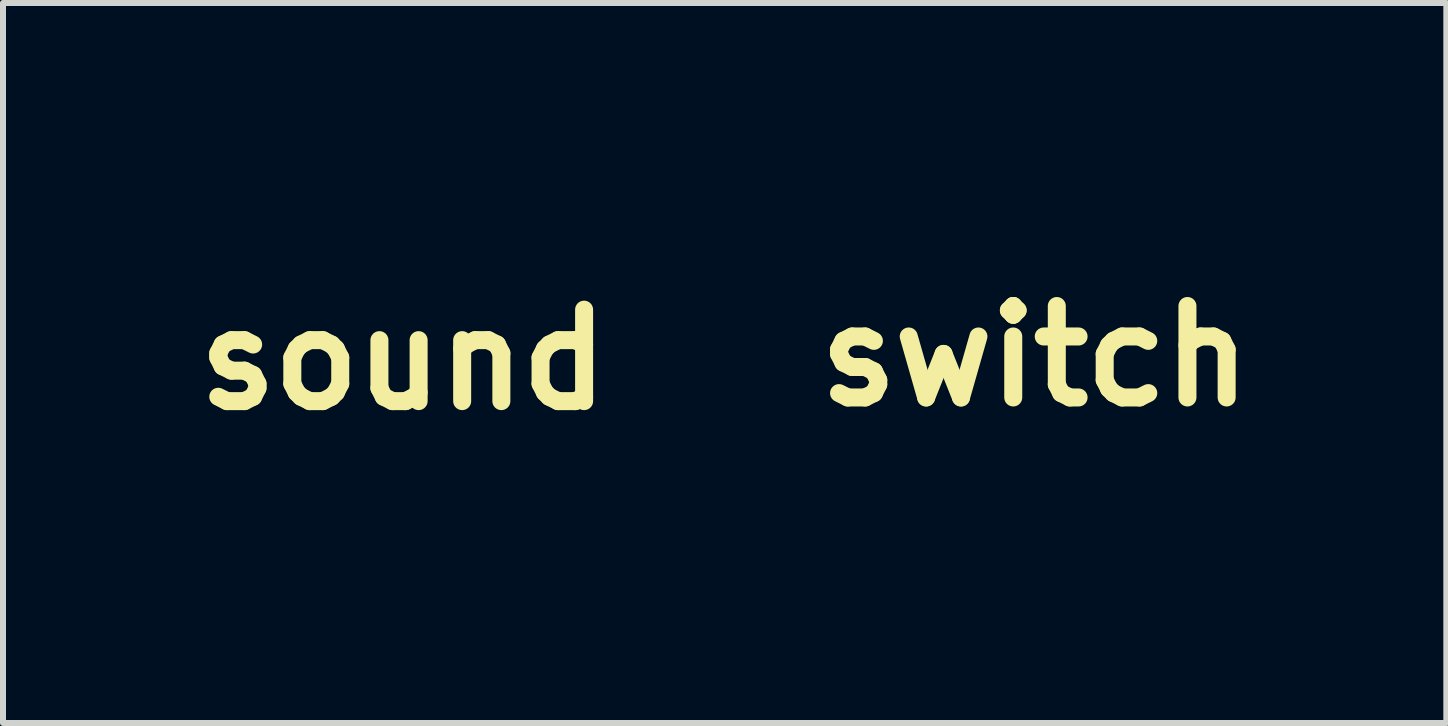
<source format=kicad_pcb>
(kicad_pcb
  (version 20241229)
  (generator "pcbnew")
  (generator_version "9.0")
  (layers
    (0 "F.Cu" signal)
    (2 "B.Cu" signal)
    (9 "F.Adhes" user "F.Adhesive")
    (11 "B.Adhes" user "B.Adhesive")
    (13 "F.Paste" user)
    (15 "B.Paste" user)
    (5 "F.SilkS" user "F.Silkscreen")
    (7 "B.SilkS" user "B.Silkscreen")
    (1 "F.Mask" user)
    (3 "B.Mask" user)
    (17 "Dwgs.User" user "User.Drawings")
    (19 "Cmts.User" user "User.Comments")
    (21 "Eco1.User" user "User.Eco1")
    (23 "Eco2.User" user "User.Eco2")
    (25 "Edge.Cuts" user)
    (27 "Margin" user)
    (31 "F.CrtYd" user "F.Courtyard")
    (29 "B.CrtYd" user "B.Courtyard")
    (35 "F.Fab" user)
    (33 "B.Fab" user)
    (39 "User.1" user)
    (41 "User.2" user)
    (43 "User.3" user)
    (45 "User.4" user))
  (footprint "switch"
    (layer "F.Cu")
    (at 14.198 2.884)
    (property "Reference" "switch" (at 0 0 0) (layer "F.SilkS") (effects (font (size 1.524 1.524) (thickness 0.3))))
    (attr through_hole)
    (fp_poly (pts (xy -0.254 -0.593) (xy -1.947 -0.593) (xy -1.947 2.879) (xy -2.709 2.879) (xy -2.709 -1.327) (xy -1.932 -1.327) (xy -1.923 -1.248) (xy -1.835 -1.205) (xy -1.633 -1.188) (xy -1.438 -1.185) (xy -1.135 -1.196) (xy -0.98 -1.231) (xy -0.952 -1.291) (xy -1.073 -1.438) (xy -1.284 -1.524) (xy -1.53 -1.547) (xy -1.755 -1.504) (xy -1.905 -1.395) (xy -1.932 -1.327) (xy -2.709 -1.327) (xy -2.709 -2.174) (xy -1.935 -2.174) (xy -1.825 -2.067) (xy -1.564 -1.962) (xy -1.28 -1.972) (xy -1.049 -2.095) (xy -0.976 -2.179) (xy -0.991 -2.226) (xy -1.12 -2.252) (xy -1.39 -2.269) (xy -1.391 -2.269) (xy -1.729 -2.275) (xy -1.908 -2.244) (xy -1.935 -2.174) (xy -2.709 -2.174) (xy -2.709 -2.879) (xy -0.254 -2.879) (xy -0.254 -0.593)) (stroke (width 0.01) (type solid)) (fill yes) (layer "F.Mask"))
    (fp_poly (pts (xy 2.709 -0.291) (xy 2.706 0.496) (xy 2.698 1.167) (xy 2.684 1.711) (xy 2.666 2.116) (xy 2.642 2.373) (xy 2.622 2.46) (xy 2.418 2.687) (xy 2.13 2.824) (xy 1.812 2.861) (xy 1.519 2.789) (xy 1.362 2.675) (xy 1.238 2.46) (xy 1.279 2.265) (xy 1.477 2.103) (xy 1.643 2.035) (xy 1.843 1.945) (xy 1.955 1.85) (xy 1.961 1.837) (xy 1.97 1.719) (xy 1.974 1.466) (xy 1.972 1.112) (xy 1.966 0.691) (xy 1.964 0.572) (xy 1.938 -0.593) (xy 1.054 -0.593) (xy 0.169 -0.593) (xy 0.169 -1.328) (xy 0.865 -1.328) (xy 0.884 -1.249) (xy 1.065 -1.201) (xy 1.397 -1.185) (xy 1.677 -1.195) (xy 1.875 -1.22) (xy 1.947 -1.253) (xy 1.873 -1.393) (xy 1.684 -1.487) (xy 1.432 -1.525) (xy 1.167 -1.496) (xy 1.01 -1.436) (xy 0.865 -1.328) (xy 0.169 -1.328) (xy 0.169 -2.216) (xy 0.956 -2.216) (xy 0.958 -2.131) (xy 1.079 -2.039) (xy 1.368 -1.956) (xy 1.682 -1.992) (xy 1.784 -2.035) (xy 1.929 -2.144) (xy 1.911 -2.223) (xy 1.733 -2.272) (xy 1.439 -2.286) (xy 1.117 -2.268) (xy 0.956 -2.216) (xy 0.169 -2.216) (xy 0.169 -2.879) (xy 2.709 -2.879) (xy 2.709 -0.291)) (stroke (width 0.01) (type solid)) (fill yes) (layer "F.Mask"))
    (fp_poly (pts (xy 0.945 -0.24) (xy 1.233 -0.229) (xy 1.416 -0.209) (xy 1.515 -0.177) (xy 1.55 -0.139) (xy 1.538 0.033) (xy 1.423 0.21) (xy 1.255 0.324) (xy 1.178 0.339) (xy 1.017 0.396) (xy 0.962 0.467) (xy 0.969 0.643) (xy 1.099 0.779) (xy 1.305 0.832) (xy 1.347 0.83) (xy 1.493 0.831) (xy 1.562 0.912) (xy 1.592 1.116) (xy 1.593 1.122) (xy 1.599 1.329) (xy 1.55 1.419) (xy 1.411 1.439) (xy 1.377 1.439) (xy 1.163 1.468) (xy 1.028 1.571) (xy 0.957 1.779) (xy 0.932 2.118) (xy 0.931 2.218) (xy 0.929 2.522) (xy 0.91 2.694) (xy 0.861 2.772) (xy 0.765 2.793) (xy 0.694 2.794) (xy 0.483 2.76) (xy 0.356 2.692) (xy 0.3 2.553) (xy 0.264 2.29) (xy 0.254 2.015) (xy 0.254 1.439) (xy 0.002 1.439) (xy -0.209 1.483) (xy -0.355 1.645) (xy -0.379 1.689) (xy -0.47 1.915) (xy -0.508 2.105) (xy -0.578 2.281) (xy -0.75 2.469) (xy -0.966 2.622) (xy -1.171 2.694) (xy -1.218 2.693) (xy -1.363 2.601) (xy -1.426 2.423) (xy -1.397 2.229) (xy -1.317 2.12) (xy -1.226 1.965) (xy -1.185 1.736) (xy -1.185 1.723) (xy -1.205 1.521) (xy -1.297 1.424) (xy -1.444 1.383) (xy -1.636 1.296) (xy -1.682 1.156) (xy -1.587 0.987) (xy -1.354 0.815) (xy -1.334 0.804) (xy -1.104 0.659) (xy -1.078 0.614) (xy -0.323 0.614) (xy -0.319 0.783) (xy -0.226 0.842) (xy -0.143 0.847) (xy 0.061 0.798) (xy 0.168 0.721) (xy 0.242 0.542) (xy 0.172 0.405) (xy -0.013 0.351) (xy -0.063 0.354) (xy -0.245 0.415) (xy -0.318 0.574) (xy -0.323 0.614) (xy -1.078 0.614) (xy -1.035 0.541) (xy -1.125 0.43) (xy -1.293 0.339) (xy -1.496 0.203) (xy -1.565 0.03) (xy -1.566 0) (xy -1.566 -0.212) (xy -0.031 -0.235) (xy 0.531 -0.241) (xy 0.945 -0.24)) (stroke (width 0.01) (type solid)) (fill yes) (layer "F.Mask")))
  (footprint "sound"
    (layer "F.Cu")
    (at 3.672 2.945)
    (property "Reference" "sound" (at 0 0 0) (layer "F.SilkS") (effects (font (size 1.524 1.524) (thickness 0.3))))
    (attr through_hole)
    (fp_poly (pts (xy 2.117 3.048) (xy 1.774 3.048) (xy 1.484 3.016) (xy 1.222 2.939) (xy 1.192 2.924) (xy 0.978 2.864) (xy 0.643 2.825) (xy 0.232 2.807) (xy -0.208 2.81) (xy -0.632 2.834) (xy -0.992 2.878) (xy -1.216 2.932) (xy -1.479 3.008) (xy -1.711 3.047) (xy -1.746 3.048) (xy -1.947 3.048) (xy -1.947 2.028) (xy -1.17 2.028) (xy -1.157 2.069) (xy -1.112 2.122) (xy -1.01 2.16) (xy -0.825 2.183) (xy -0.53 2.196) (xy -0.1 2.201) (xy 0.082 2.201) (xy 0.552 2.2) (xy 0.878 2.194) (xy 1.087 2.179) (xy 1.205 2.151) (xy 1.257 2.108) (xy 1.27 2.045) (xy 1.27 2.035) (xy 1.242 1.908) (xy 1.144 1.818) (xy 0.953 1.761) (xy 0.647 1.731) (xy 0.203 1.723) (xy -0.017 1.724) (xy -0.511 1.738) (xy -0.855 1.77) (xy -1.067 1.825) (xy -1.166 1.909) (xy -1.17 2.028) (xy -1.947 2.028) (xy -1.947 0.885) (xy -1.101 0.885) (xy -1.034 1.025) (xy -0.955 1.089) (xy -0.808 1.124) (xy -0.539 1.148) (xy -0.191 1.161) (xy 0.194 1.163) (xy 0.574 1.155) (xy 0.905 1.137) (xy 1.146 1.109) (xy 1.249 1.078) (xy 1.344 0.936) (xy 1.355 0.879) (xy 1.324 0.832) (xy 1.215 0.799) (xy 1.008 0.777) (xy 0.679 0.766) (xy 0.205 0.762) (xy 0.127 0.762) (xy -0.363 0.765) (xy -0.707 0.774) (xy -0.929 0.793) (xy -1.051 0.823) (xy -1.098 0.866) (xy -1.101 0.885) (xy -1.947 0.885) (xy -1.947 0.085) (xy 2.117 0.085) (xy 2.117 3.048)) (stroke (width 0.01) (type solid)) (fill yes) (layer "F.Mask"))
    (fp_poly (pts (xy 0.271 -2.805) (xy 0.42 -2.674) (xy 0.615 -2.497) (xy 0.779 -2.398) (xy 0.967 -2.363) (xy 1.233 -2.379) (xy 1.469 -2.409) (xy 1.871 -2.434) (xy 2.217 -2.399) (xy 2.474 -2.313) (xy 2.611 -2.183) (xy 2.625 -2.119) (xy 2.551 -1.891) (xy 2.351 -1.746) (xy 2.057 -1.706) (xy 2.042 -1.707) (xy 1.838 -1.709) (xy 1.761 -1.658) (xy 1.76 -1.587) (xy 1.74 -1.416) (xy 1.657 -1.197) (xy 1.652 -1.187) (xy 1.52 -0.931) (xy 2.975 -0.931) (xy 2.948 -0.7) (xy 2.926 -0.584) (xy 2.881 -0.49) (xy 2.796 -0.415) (xy 2.653 -0.359) (xy 2.437 -0.317) (xy 2.131 -0.289) (xy 1.718 -0.271) (xy 1.183 -0.261) (xy 0.508 -0.256) (xy -0.143 -0.255) (xy -1.011 -0.258) (xy -1.711 -0.266) (xy -2.242 -0.28) (xy -2.606 -0.3) (xy -2.802 -0.326) (xy -2.839 -0.343) (xy -2.863 -0.489) (xy -2.843 -0.637) (xy -2.72 -0.807) (xy -2.472 -0.927) (xy -2.143 -0.983) (xy -1.783 -0.965) (xy -1.566 -0.938) (xy -1.468 -0.964) (xy -1.445 -1.064) (xy -1.445 -1.111) (xy -1.492 -1.415) (xy -1.623 -1.587) (xy -1.668 -1.6) (xy -0.847 -1.6) (xy -0.791 -1.49) (xy -0.65 -1.315) (xy -0.559 -1.219) (xy -0.355 -1.04) (xy -0.163 -0.955) (xy 0.1 -0.932) (xy 0.155 -0.931) (xy 0.432 -0.946) (xy 0.607 -1.008) (xy 0.745 -1.141) (xy 0.756 -1.154) (xy 0.879 -1.356) (xy 0.931 -1.532) (xy 0.931 -1.535) (xy 0.917 -1.606) (xy 0.856 -1.652) (xy 0.717 -1.678) (xy 0.471 -1.69) (xy 0.088 -1.693) (xy 0.042 -1.693) (xy -0.418 -1.685) (xy -0.713 -1.658) (xy -0.841 -1.615) (xy -0.847 -1.6) (xy -1.668 -1.6) (xy -1.851 -1.653) (xy -2.133 -1.73) (xy -2.35 -1.889) (xy -2.452 -2.092) (xy -2.455 -2.132) (xy -2.378 -2.293) (xy -2.153 -2.394) (xy -1.792 -2.43) (xy -1.415 -2.41) (xy -0.933 -2.395) (xy -0.584 -2.463) (xy -0.354 -2.62) (xy -0.267 -2.757) (xy -0.137 -2.924) (xy 0.039 -2.94) (xy 0.271 -2.805)) (stroke (width 0.01) (type solid)) (fill yes) (layer "F.Mask")))
  (gr_rect
    (start -3 -3)
    (end 21.052 8.998)
    (stroke (width 0.1) (type default))
    (fill no)
    (layer "Edge.Cuts")))
</source>
